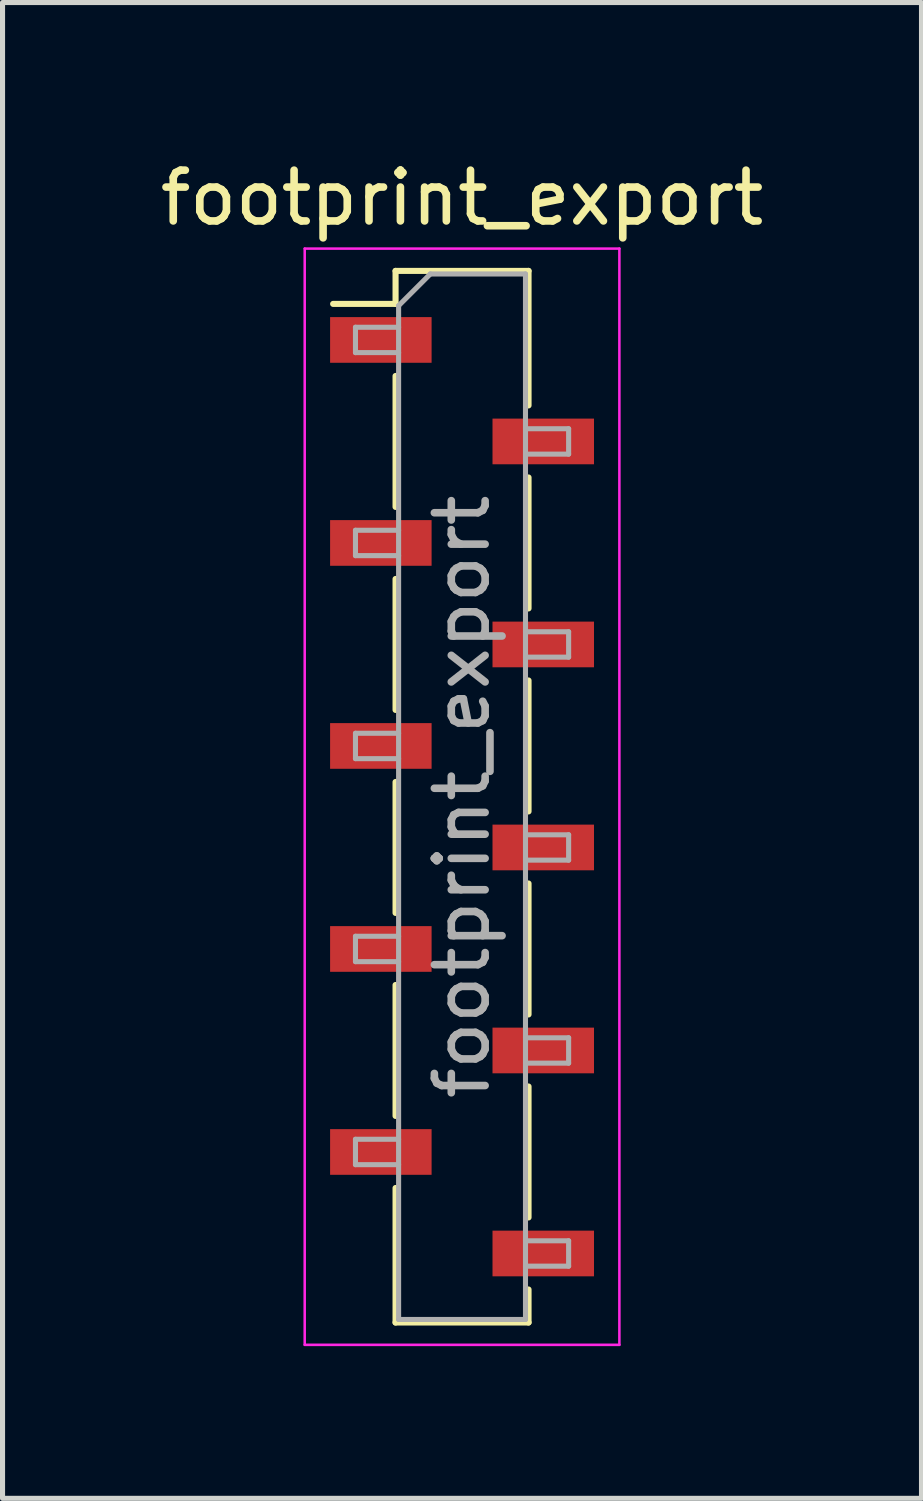
<source format=kicad_pcb>
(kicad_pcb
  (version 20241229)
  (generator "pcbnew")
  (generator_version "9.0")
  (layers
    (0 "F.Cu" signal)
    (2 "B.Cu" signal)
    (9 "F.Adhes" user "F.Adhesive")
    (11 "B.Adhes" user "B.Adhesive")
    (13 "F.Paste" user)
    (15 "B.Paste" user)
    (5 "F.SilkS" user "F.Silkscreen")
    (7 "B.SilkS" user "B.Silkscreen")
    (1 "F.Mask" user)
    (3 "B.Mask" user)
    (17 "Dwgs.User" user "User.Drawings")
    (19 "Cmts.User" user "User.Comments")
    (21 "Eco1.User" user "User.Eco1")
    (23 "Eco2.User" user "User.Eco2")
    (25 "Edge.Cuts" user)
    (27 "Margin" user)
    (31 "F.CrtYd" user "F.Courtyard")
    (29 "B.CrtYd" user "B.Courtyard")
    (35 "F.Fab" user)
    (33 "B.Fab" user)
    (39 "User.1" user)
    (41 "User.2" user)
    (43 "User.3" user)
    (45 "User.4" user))
  (footprint "footprint_export"
    (layer "F.Cu")
    (at 6.054 12.648)
    (property "Reference" "footprint_export" (at 0 -11.8 0) (layer "F.SilkS") (effects (font (size 1 1) (thickness 0.15))))
    (attr smd)
    (fp_line (start -2.54 -9.71) (end -1.31 -9.71) (stroke (width 0.12) (type solid)) (layer "F.SilkS"))
    (fp_line (start -1.31 -10.36) (end -1.31 -9.71) (stroke (width 0.12) (type solid)) (layer "F.SilkS"))
    (fp_line (start -1.31 -10.36) (end 1.31 -10.36) (stroke (width 0.12) (type solid)) (layer "F.SilkS"))
    (fp_line (start -1.31 -8.29) (end -1.31 -5.71) (stroke (width 0.12) (type solid)) (layer "F.SilkS"))
    (fp_line (start -1.31 -4.29) (end -1.31 -1.71) (stroke (width 0.12) (type solid)) (layer "F.SilkS"))
    (fp_line (start -1.31 -0.29) (end -1.31 2.29) (stroke (width 0.12) (type solid)) (layer "F.SilkS"))
    (fp_line (start -1.31 3.71) (end -1.31 6.29) (stroke (width 0.12) (type solid)) (layer "F.SilkS"))
    (fp_line (start -1.31 7.71) (end -1.31 10.36) (stroke (width 0.12) (type solid)) (layer "F.SilkS"))
    (fp_line (start -1.31 10.36) (end 1.31 10.36) (stroke (width 0.12) (type solid)) (layer "F.SilkS"))
    (fp_line (start 1.31 -10.36) (end 1.31 -7.71) (stroke (width 0.12) (type solid)) (layer "F.SilkS"))
    (fp_line (start 1.31 -6.29) (end 1.31 -3.71) (stroke (width 0.12) (type solid)) (layer "F.SilkS"))
    (fp_line (start 1.31 -2.29) (end 1.31 0.29) (stroke (width 0.12) (type solid)) (layer "F.SilkS"))
    (fp_line (start 1.31 1.71) (end 1.31 4.29) (stroke (width 0.12) (type solid)) (layer "F.SilkS"))
    (fp_line (start 1.31 5.71) (end 1.31 8.29) (stroke (width 0.12) (type solid)) (layer "F.SilkS"))
    (fp_line (start 1.31 9.71) (end 1.31 10.36) (stroke (width 0.12) (type solid)) (layer "F.SilkS"))
    (fp_line (start -3.1 -10.8) (end 3.1 -10.8) (stroke (width 0.05) (type solid)) (layer "F.CrtYd"))
    (fp_line (start -3.1 10.8) (end -3.1 -10.8) (stroke (width 0.05) (type solid)) (layer "F.CrtYd"))
    (fp_line (start 3.1 -10.8) (end 3.1 10.8) (stroke (width 0.05) (type solid)) (layer "F.CrtYd"))
    (fp_line (start 3.1 10.8) (end -3.1 10.8) (stroke (width 0.05) (type solid)) (layer "F.CrtYd"))
    (fp_line (start -2.1 -9.25) (end -1.25 -9.25) (stroke (width 0.1) (type solid)) (layer "F.Fab"))
    (fp_line (start -2.1 -8.75) (end -2.1 -9.25) (stroke (width 0.1) (type solid)) (layer "F.Fab"))
    (fp_line (start -2.1 -5.25) (end -1.25 -5.25) (stroke (width 0.1) (type solid)) (layer "F.Fab"))
    (fp_line (start -2.1 -4.75) (end -2.1 -5.25) (stroke (width 0.1) (type solid)) (layer "F.Fab"))
    (fp_line (start -2.1 -1.25) (end -1.25 -1.25) (stroke (width 0.1) (type solid)) (layer "F.Fab"))
    (fp_line (start -2.1 -0.75) (end -2.1 -1.25) (stroke (width 0.1) (type solid)) (layer "F.Fab"))
    (fp_line (start -2.1 2.75) (end -1.25 2.75) (stroke (width 0.1) (type solid)) (layer "F.Fab"))
    (fp_line (start -2.1 3.25) (end -2.1 2.75) (stroke (width 0.1) (type solid)) (layer "F.Fab"))
    (fp_line (start -2.1 6.75) (end -1.25 6.75) (stroke (width 0.1) (type solid)) (layer "F.Fab"))
    (fp_line (start -2.1 7.25) (end -2.1 6.75) (stroke (width 0.1) (type solid)) (layer "F.Fab"))
    (fp_line (start -1.25 -9.675) (end -0.625 -10.3) (stroke (width 0.1) (type solid)) (layer "F.Fab"))
    (fp_line (start -1.25 -8.75) (end -2.1 -8.75) (stroke (width 0.1) (type solid)) (layer "F.Fab"))
    (fp_line (start -1.25 -4.75) (end -2.1 -4.75) (stroke (width 0.1) (type solid)) (layer "F.Fab"))
    (fp_line (start -1.25 -0.75) (end -2.1 -0.75) (stroke (width 0.1) (type solid)) (layer "F.Fab"))
    (fp_line (start -1.25 3.25) (end -2.1 3.25) (stroke (width 0.1) (type solid)) (layer "F.Fab"))
    (fp_line (start -1.25 7.25) (end -2.1 7.25) (stroke (width 0.1) (type solid)) (layer "F.Fab"))
    (fp_line (start -1.25 10.3) (end -1.25 -9.675) (stroke (width 0.1) (type solid)) (layer "F.Fab"))
    (fp_line (start -0.625 -10.3) (end 1.25 -10.3) (stroke (width 0.1) (type solid)) (layer "F.Fab"))
    (fp_line (start 1.25 -10.3) (end 1.25 10.3) (stroke (width 0.1) (type solid)) (layer "F.Fab"))
    (fp_line (start 1.25 -7.25) (end 2.1 -7.25) (stroke (width 0.1) (type solid)) (layer "F.Fab"))
    (fp_line (start 1.25 -3.25) (end 2.1 -3.25) (stroke (width 0.1) (type solid)) (layer "F.Fab"))
    (fp_line (start 1.25 0.75) (end 2.1 0.75) (stroke (width 0.1) (type solid)) (layer "F.Fab"))
    (fp_line (start 1.25 4.75) (end 2.1 4.75) (stroke (width 0.1) (type solid)) (layer "F.Fab"))
    (fp_line (start 1.25 8.75) (end 2.1 8.75) (stroke (width 0.1) (type solid)) (layer "F.Fab"))
    (fp_line (start 1.25 10.3) (end -1.25 10.3) (stroke (width 0.1) (type solid)) (layer "F.Fab"))
    (fp_line (start 2.1 -7.25) (end 2.1 -6.75) (stroke (width 0.1) (type solid)) (layer "F.Fab"))
    (fp_line (start 2.1 -6.75) (end 1.25 -6.75) (stroke (width 0.1) (type solid)) (layer "F.Fab"))
    (fp_line (start 2.1 -3.25) (end 2.1 -2.75) (stroke (width 0.1) (type solid)) (layer "F.Fab"))
    (fp_line (start 2.1 -2.75) (end 1.25 -2.75) (stroke (width 0.1) (type solid)) (layer "F.Fab"))
    (fp_line (start 2.1 0.75) (end 2.1 1.25) (stroke (width 0.1) (type solid)) (layer "F.Fab"))
    (fp_line (start 2.1 1.25) (end 1.25 1.25) (stroke (width 0.1) (type solid)) (layer "F.Fab"))
    (fp_line (start 2.1 4.75) (end 2.1 5.25) (stroke (width 0.1) (type solid)) (layer "F.Fab"))
    (fp_line (start 2.1 5.25) (end 1.25 5.25) (stroke (width 0.1) (type solid)) (layer "F.Fab"))
    (fp_line (start 2.1 8.75) (end 2.1 9.25) (stroke (width 0.1) (type solid)) (layer "F.Fab"))
    (fp_line (start 2.1 9.25) (end 1.25 9.25) (stroke (width 0.1) (type solid)) (layer "F.Fab"))
    (fp_text user "${REFERENCE}" (at 0 0 90) (layer "F.Fab") (effects (font (size 1 1) (thickness 0.15))))
    (pad "1" smd rect (at -1.6 -9) (size 2 0.9) (layers "F.Cu" "F.Mask" "F.Paste"))
    (pad "2" smd rect (at 1.6 -7) (size 2 0.9) (layers "F.Cu" "F.Mask" "F.Paste"))
    (pad "3" smd rect (at -1.6 -5) (size 2 0.9) (layers "F.Cu" "F.Mask" "F.Paste"))
    (pad "4" smd rect (at 1.6 -3) (size 2 0.9) (layers "F.Cu" "F.Mask" "F.Paste"))
    (pad "5" smd rect (at -1.6 -1) (size 2 0.9) (layers "F.Cu" "F.Mask" "F.Paste"))
    (pad "6" smd rect (at 1.6 1) (size 2 0.9) (layers "F.Cu" "F.Mask" "F.Paste"))
    (pad "7" smd rect (at -1.6 3) (size 2 0.9) (layers "F.Cu" "F.Mask" "F.Paste"))
    (pad "8" smd rect (at 1.6 5) (size 2 0.9) (layers "F.Cu" "F.Mask" "F.Paste"))
    (pad "9" smd rect (at -1.6 7) (size 2 0.9) (layers "F.Cu" "F.Mask" "F.Paste"))
    (pad "10" smd rect (at 1.6 9) (size 2 0.9) (layers "F.Cu" "F.Mask" "F.Paste")))
  (gr_rect
    (start -3 -3)
    (end 15.107 26.473)
    (stroke (width 0.1) (type default))
    (fill no)
    (layer "Edge.Cuts")))
</source>
